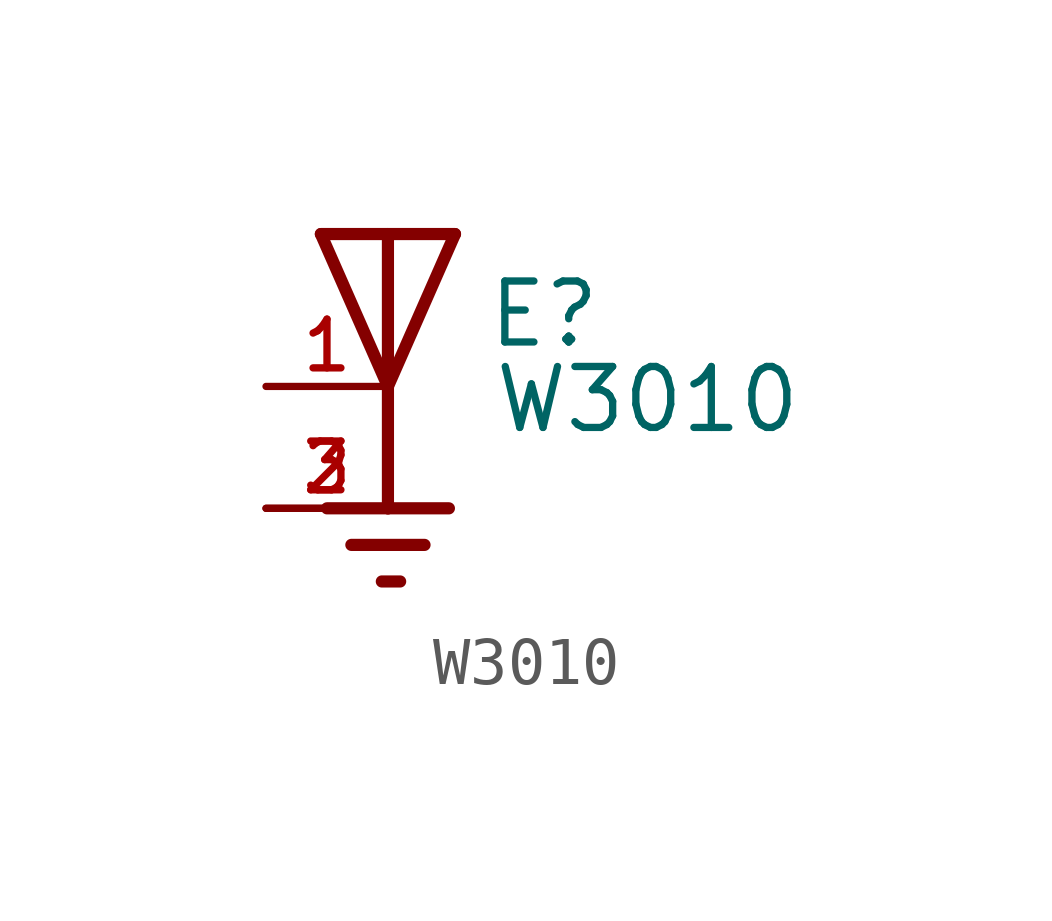
<source format=kicad_sym>
(kicad_symbol_lib
  (version 20211014)
  (generator kicad_symbol_editor)
  (symbol "W3010"
    (pin_names
      (offset 1.016))
    (property "Reference" "E"
      (at 2.034 0.763 0)
      (effects (font (size 1.27 1.27)) (justify bottom left)))
    (property "Value" "W3010"
      (at 2.163 -1.018 0)
      (effects (font (size 1.27 1.27)) (justify bottom left)))
    (symbol "W3010_0_0"
      (polyline (pts (xy -1.397 3.175) (xy 0.0 3.175)) (stroke (width 0.254)))
      (polyline (pts (xy 0.0 3.175) (xy 1.397 3.175)) (stroke (width 0.254)))
      (polyline (pts (xy 1.397 3.175) (xy 0.0 0.0)) (stroke (width 0.254)))
      (polyline (pts (xy 0.0 0.0) (xy -1.397 3.175)) (stroke (width 0.254)))
      (polyline (pts (xy 0.0 3.175) (xy 0.0 0.0)) (stroke (width 0.254)))
      (polyline (pts (xy 0.0 0.0) (xy 0.0 -2.54)) (stroke (width 0.254)))
      (polyline (pts (xy 0.0 -2.54) (xy -1.27 -2.54)) (stroke (width 0.254)))
      (polyline (pts (xy 0.0 -2.54) (xy 1.27 -2.54)) (stroke (width 0.254)))
      (polyline (pts (xy -0.762 -3.302) (xy 0.762 -3.302)) (stroke (width 0.254)))
      (polyline (pts (xy -0.127 -4.064) (xy 0.254 -4.064)) (stroke (width 0.254)))
      (pin passive line (at -2.54 0.0 0) (length 2.54) (name "~" (effects (font (size 1.016 1.016)))) (number "1" (effects (font (size 1.016 1.016)))))
      (pin power_in line (at -2.54 -2.54 0) (length 2.54) (name "~" (effects (font (size 1.016 1.016)))) (number "2" (effects (font (size 1.016 1.016)))))
      (pin power_in line (at -2.54 -2.54 0) (length 2.54) (name "~" (effects (font (size 1.016 1.016)))) (number "3" (effects (font (size 1.016 1.016))))))))
</source>
